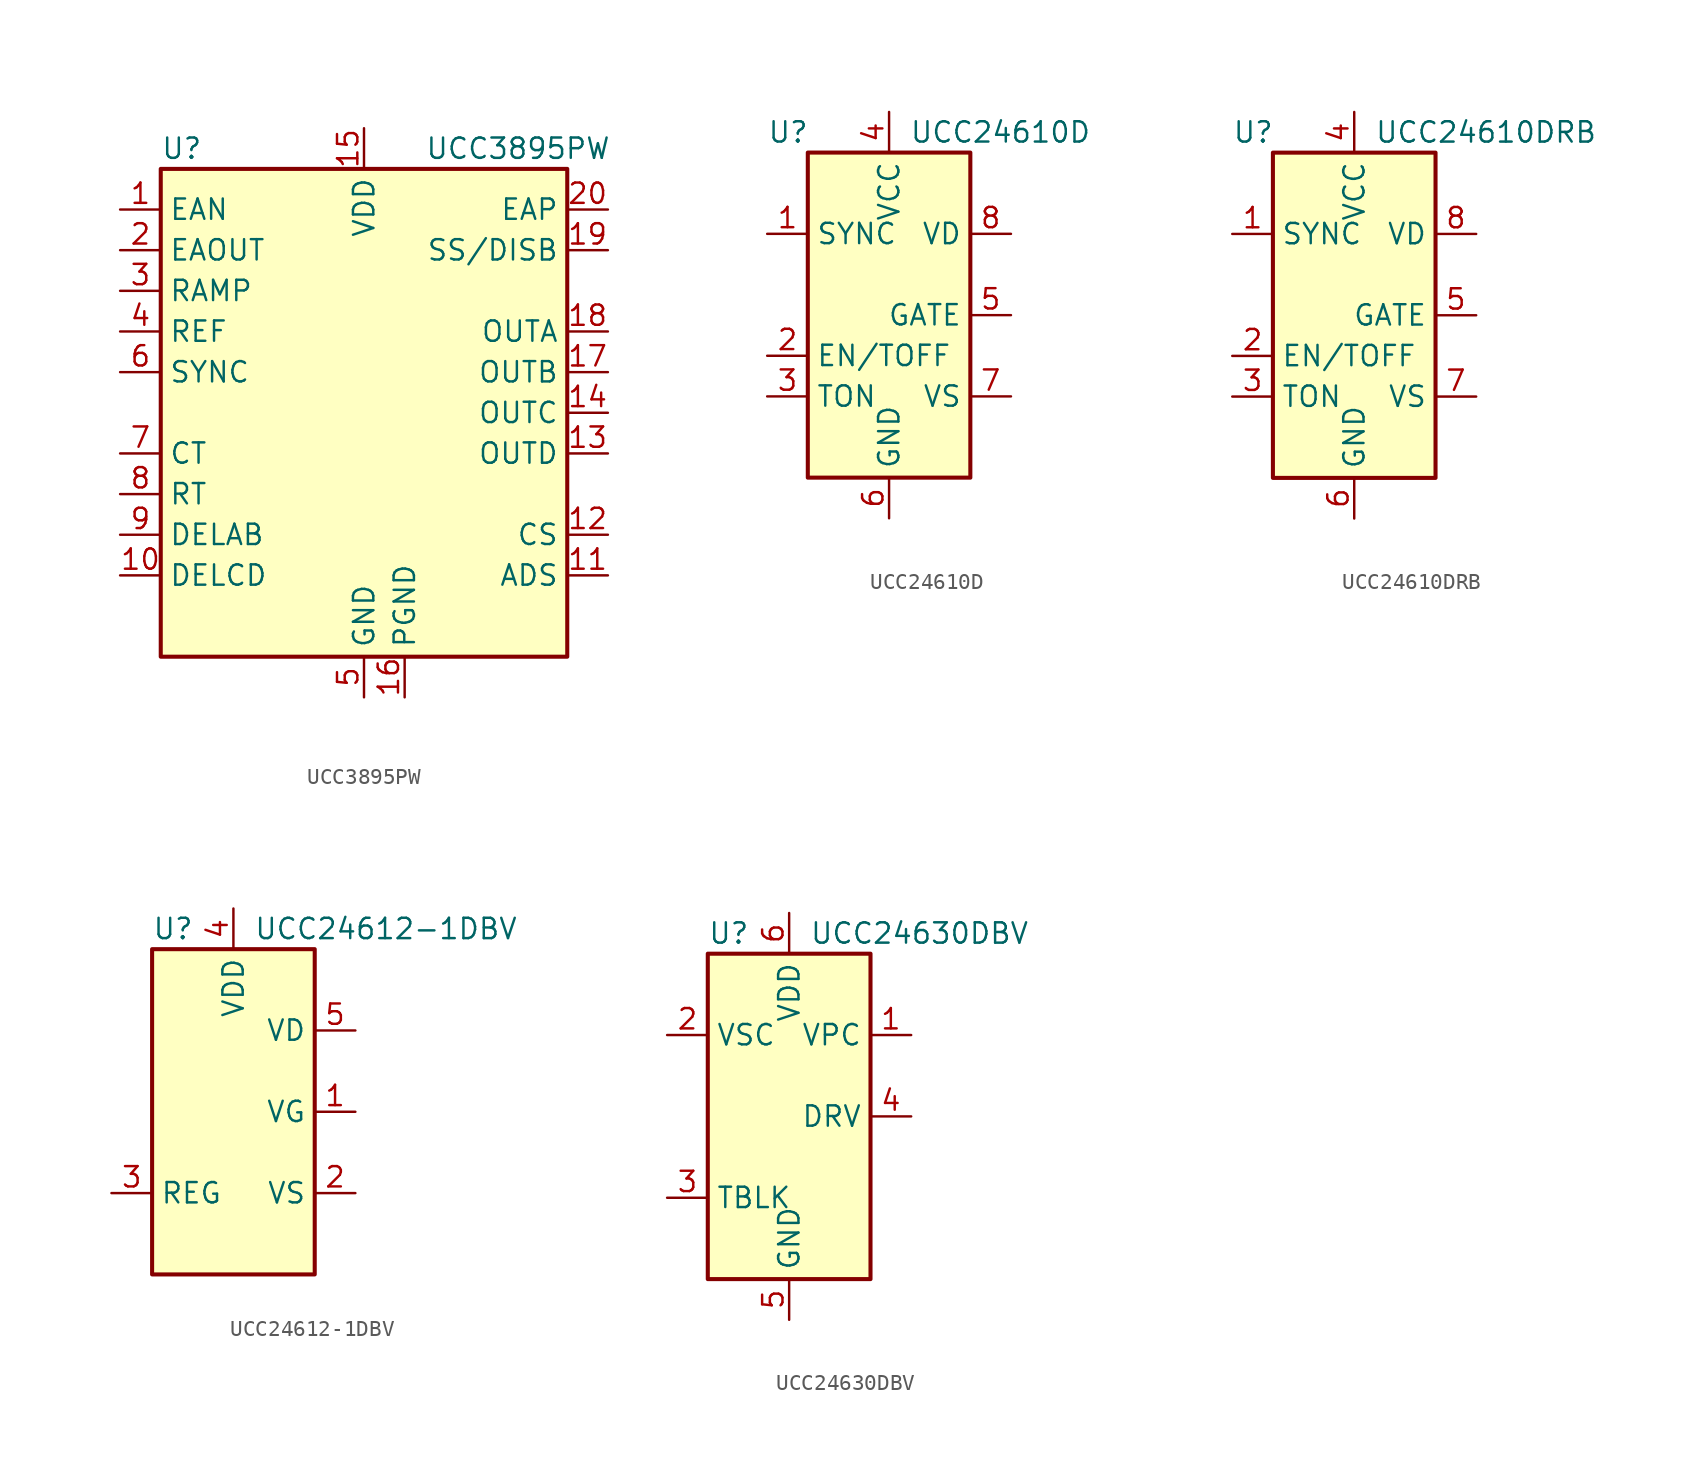
<source format=kicad_sym>
(kicad_symbol_lib
  (version 20201005)
  (generator kicad_symbol_editor)
  (symbol "UCC3895PW"
    (property "Reference" "U"
      (at -12.7 16.51 0)
      (effects (font (size 1.27 1.27)) (justify left)))
    (property "Value" "UCC3895PW"
      (at 3.81 16.51 0)
      (effects (font (size 1.27 1.27)) (justify left)))
    (symbol "UCC3895PW_0_1"
      (rectangle (start -12.7 15.24) (end 12.7 -15.24) (stroke (width 0.254)) (fill (type background))))
    (symbol "UCC3895PW_1_1"
      (pin input line (at -15.24 12.7 0) (length 2.54) (name "EAN" (effects (font (size 1.27 1.27)))) (number "1" (effects (font (size 1.27 1.27)))))
      (pin passive line (at -15.24 -10.16 0) (length 2.54) (name "DELCD" (effects (font (size 1.27 1.27)))) (number "10" (effects (font (size 1.27 1.27)))))
      (pin input line (at 15.24 -10.16 180) (length 2.54) (name "ADS" (effects (font (size 1.27 1.27)))) (number "11" (effects (font (size 1.27 1.27)))))
      (pin input line (at 15.24 -7.62 180) (length 2.54) (name "CS" (effects (font (size 1.27 1.27)))) (number "12" (effects (font (size 1.27 1.27)))))
      (pin output line (at 15.24 -2.54 180) (length 2.54) (name "OUTD" (effects (font (size 1.27 1.27)))) (number "13" (effects (font (size 1.27 1.27)))))
      (pin output line (at 15.24 0 180) (length 2.54) (name "OUTC" (effects (font (size 1.27 1.27)))) (number "14" (effects (font (size 1.27 1.27)))))
      (pin power_in line (at 0 17.78 270) (length 2.54) (name "VDD" (effects (font (size 1.27 1.27)))) (number "15" (effects (font (size 1.27 1.27)))))
      (pin power_in line (at 2.54 -17.78 90) (length 2.54) (name "PGND" (effects (font (size 1.27 1.27)))) (number "16" (effects (font (size 1.27 1.27)))))
      (pin output line (at 15.24 2.54 180) (length 2.54) (name "OUTB" (effects (font (size 1.27 1.27)))) (number "17" (effects (font (size 1.27 1.27)))))
      (pin output line (at 15.24 5.08 180) (length 2.54) (name "OUTA" (effects (font (size 1.27 1.27)))) (number "18" (effects (font (size 1.27 1.27)))))
      (pin passive line (at 15.24 10.16 180) (length 2.54) (name "SS/DISB" (effects (font (size 1.27 1.27)))) (number "19" (effects (font (size 1.27 1.27)))))
      (pin bidirectional line (at -15.24 10.16 0) (length 2.54) (name "EAOUT" (effects (font (size 1.27 1.27)))) (number "2" (effects (font (size 1.27 1.27)))))
      (pin input line (at 15.24 12.7 180) (length 2.54) (name "EAP" (effects (font (size 1.27 1.27)))) (number "20" (effects (font (size 1.27 1.27)))))
      (pin input line (at -15.24 7.62 0) (length 2.54) (name "RAMP" (effects (font (size 1.27 1.27)))) (number "3" (effects (font (size 1.27 1.27)))))
      (pin output line (at -15.24 5.08 0) (length 2.54) (name "REF" (effects (font (size 1.27 1.27)))) (number "4" (effects (font (size 1.27 1.27)))))
      (pin power_in line (at 0 -17.78 90) (length 2.54) (name "GND" (effects (font (size 1.27 1.27)))) (number "5" (effects (font (size 1.27 1.27)))))
      (pin bidirectional line (at -15.24 2.54 0) (length 2.54) (name "SYNC" (effects (font (size 1.27 1.27)))) (number "6" (effects (font (size 1.27 1.27)))))
      (pin passive line (at -15.24 -2.54 0) (length 2.54) (name "CT" (effects (font (size 1.27 1.27)))) (number "7" (effects (font (size 1.27 1.27)))))
      (pin passive line (at -15.24 -5.08 0) (length 2.54) (name "RT" (effects (font (size 1.27 1.27)))) (number "8" (effects (font (size 1.27 1.27)))))
      (pin passive line (at -15.24 -7.62 0) (length 2.54) (name "DELAB" (effects (font (size 1.27 1.27)))) (number "9" (effects (font (size 1.27 1.27)))))))
  (symbol "UCC24610D"
    (property "Reference" "U"
      (at -7.62 11.43 0)
      (effects (font (size 1.27 1.27)) (justify left)))
    (property "Value" "UCC24610D"
      (at 1.27 11.43 0)
      (effects (font (size 1.27 1.27)) (justify left)))
    (symbol "UCC24610D_0_1"
      (rectangle (start -5.08 -10.16) (end 5.08 10.16) (stroke (width 0.254)) (fill (type background))))
    (symbol "UCC24610D_1_1"
      (pin input line (at -7.62 5.08 0) (length 2.54) (name "SYNC" (effects (font (size 1.27 1.27)))) (number "1" (effects (font (size 1.27 1.27)))))
      (pin input line (at -7.62 -2.54 0) (length 2.54) (name "EN/TOFF" (effects (font (size 1.27 1.27)))) (number "2" (effects (font (size 1.27 1.27)))))
      (pin input line (at -7.62 -5.08 0) (length 2.54) (name "TON" (effects (font (size 1.27 1.27)))) (number "3" (effects (font (size 1.27 1.27)))))
      (pin power_in line (at 0 12.7 270) (length 2.54) (name "VCC" (effects (font (size 1.27 1.27)))) (number "4" (effects (font (size 1.27 1.27)))))
      (pin output line (at 7.62 0 180) (length 2.54) (name "GATE" (effects (font (size 1.27 1.27)))) (number "5" (effects (font (size 1.27 1.27)))))
      (pin power_in line (at 0 -12.7 90) (length 2.54) (name "GND" (effects (font (size 1.27 1.27)))) (number "6" (effects (font (size 1.27 1.27)))))
      (pin input line (at 7.62 -5.08 180) (length 2.54) (name "VS" (effects (font (size 1.27 1.27)))) (number "7" (effects (font (size 1.27 1.27)))))
      (pin input line (at 7.62 5.08 180) (length 2.54) (name "VD" (effects (font (size 1.27 1.27)))) (number "8" (effects (font (size 1.27 1.27)))))))
  (symbol "UCC24610DRB"
    (property "Reference" "U"
      (at -7.62 11.43 0)
      (effects (font (size 1.27 1.27)) (justify left)))
    (property "Value" "UCC24610DRB"
      (at 1.27 11.43 0)
      (effects (font (size 1.27 1.27)) (justify left)))
    (symbol "UCC24610DRB_0_1"
      (rectangle (start -5.08 -10.16) (end 5.08 10.16) (stroke (width 0.254)) (fill (type background))))
    (symbol "UCC24610DRB_1_1"
      (pin input line (at -7.62 5.08 0) (length 2.54) (name "SYNC" (effects (font (size 1.27 1.27)))) (number "1" (effects (font (size 1.27 1.27)))))
      (pin input line (at -7.62 -2.54 0) (length 2.54) (name "EN/TOFF" (effects (font (size 1.27 1.27)))) (number "2" (effects (font (size 1.27 1.27)))))
      (pin input line (at -7.62 -5.08 0) (length 2.54) (name "TON" (effects (font (size 1.27 1.27)))) (number "3" (effects (font (size 1.27 1.27)))))
      (pin power_in line (at 0 12.7 270) (length 2.54) (name "VCC" (effects (font (size 1.27 1.27)))) (number "4" (effects (font (size 1.27 1.27)))))
      (pin output line (at 7.62 0 180) (length 2.54) (name "GATE" (effects (font (size 1.27 1.27)))) (number "5" (effects (font (size 1.27 1.27)))))
      (pin power_in line (at 0 -12.7 90) (length 2.54) (name "GND" (effects (font (size 1.27 1.27)))) (number "6" (effects (font (size 1.27 1.27)))))
      (pin input line (at 7.62 -5.08 180) (length 2.54) (name "VS" (effects (font (size 1.27 1.27)))) (number "7" (effects (font (size 1.27 1.27)))))
      (pin input line (at 7.62 5.08 180) (length 2.54) (name "VD" (effects (font (size 1.27 1.27)))) (number "8" (effects (font (size 1.27 1.27)))))))
  (symbol "UCC24612-1DBV"
    (property "Reference" "U"
      (at -5.08 11.43 0)
      (effects (font (size 1.27 1.27)) (justify left)))
    (property "Value" "UCC24612-1DBV"
      (at 1.27 11.43 0)
      (effects (font (size 1.27 1.27)) (justify left)))
    (symbol "UCC24612-1DBV_0_1"
      (rectangle (start -5.08 -10.16) (end 5.08 10.16) (stroke (width 0.254)) (fill (type background))))
    (symbol "UCC24612-1DBV_1_1"
      (pin output line (at 7.62 0 180) (length 2.54) (name "VG" (effects (font (size 1.27 1.27)))) (number "1" (effects (font (size 1.27 1.27)))))
      (pin input line (at 7.62 -5.08 180) (length 2.54) (name "VS" (effects (font (size 1.27 1.27)))) (number "2" (effects (font (size 1.27 1.27)))))
      (pin passive line (at -7.62 -5.08 0) (length 2.54) (name "REG" (effects (font (size 1.27 1.27)))) (number "3" (effects (font (size 1.27 1.27)))))
      (pin power_in line (at 0 12.7 270) (length 2.54) (name "VDD" (effects (font (size 1.27 1.27)))) (number "4" (effects (font (size 1.27 1.27)))))
      (pin input line (at 7.62 5.08 180) (length 2.54) (name "VD" (effects (font (size 1.27 1.27)))) (number "5" (effects (font (size 1.27 1.27)))))))
  (symbol "UCC24630DBV"
    (property "Reference" "U"
      (at -5.08 11.43 0)
      (effects (font (size 1.27 1.27)) (justify left)))
    (property "Value" "UCC24630DBV"
      (at 1.27 11.43 0)
      (effects (font (size 1.27 1.27)) (justify left)))
    (symbol "UCC24630DBV_0_1"
      (rectangle (start -5.08 -10.16) (end 5.08 10.16) (stroke (width 0.254)) (fill (type background))))
    (symbol "UCC24630DBV_1_1"
      (pin input line (at 7.62 5.08 180) (length 2.54) (name "VPC" (effects (font (size 1.27 1.27)))) (number "1" (effects (font (size 1.27 1.27)))))
      (pin input line (at -7.62 5.08 0) (length 2.54) (name "VSC" (effects (font (size 1.27 1.27)))) (number "2" (effects (font (size 1.27 1.27)))))
      (pin passive line (at -7.62 -5.08 0) (length 2.54) (name "TBLK" (effects (font (size 1.27 1.27)))) (number "3" (effects (font (size 1.27 1.27)))))
      (pin output line (at 7.62 0 180) (length 2.54) (name "DRV" (effects (font (size 1.27 1.27)))) (number "4" (effects (font (size 1.27 1.27)))))
      (pin power_in line (at 0 -12.7 90) (length 2.54) (name "GND" (effects (font (size 1.27 1.27)))) (number "5" (effects (font (size 1.27 1.27)))))
      (pin power_in line (at 0 12.7 270) (length 2.54) (name "VDD" (effects (font (size 1.27 1.27)))) (number "6" (effects (font (size 1.27 1.27))))))))
</source>
